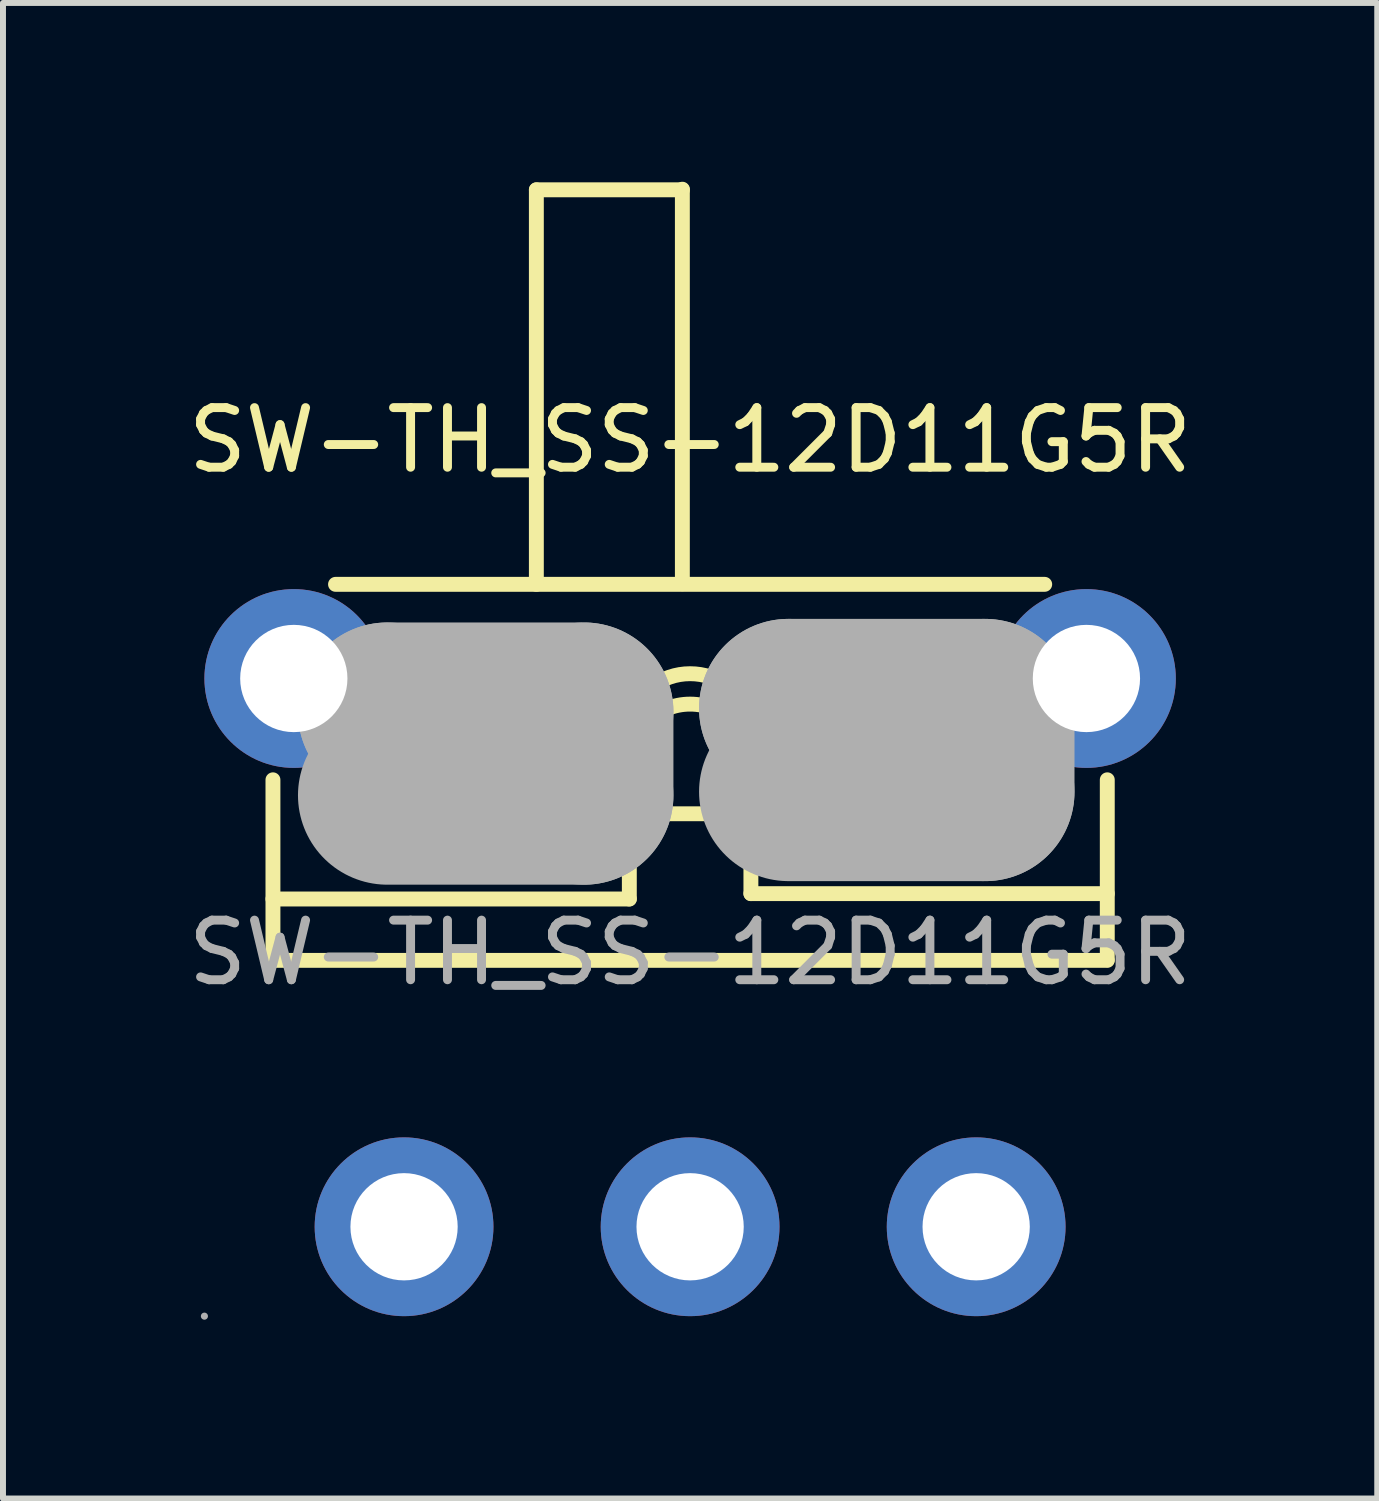
<source format=kicad_pcb>
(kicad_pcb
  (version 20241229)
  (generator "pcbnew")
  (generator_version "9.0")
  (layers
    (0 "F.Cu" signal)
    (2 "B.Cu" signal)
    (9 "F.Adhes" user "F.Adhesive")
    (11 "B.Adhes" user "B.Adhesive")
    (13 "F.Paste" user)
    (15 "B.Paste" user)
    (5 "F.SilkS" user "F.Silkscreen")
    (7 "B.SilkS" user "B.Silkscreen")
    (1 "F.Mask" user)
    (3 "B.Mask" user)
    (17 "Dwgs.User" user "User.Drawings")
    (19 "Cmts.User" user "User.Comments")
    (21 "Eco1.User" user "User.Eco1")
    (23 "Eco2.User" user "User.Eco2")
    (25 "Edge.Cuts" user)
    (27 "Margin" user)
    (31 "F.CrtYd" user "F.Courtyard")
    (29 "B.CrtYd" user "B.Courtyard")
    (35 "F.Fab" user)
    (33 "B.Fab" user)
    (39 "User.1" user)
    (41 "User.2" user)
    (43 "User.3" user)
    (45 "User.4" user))
  (footprint "SW-TH_SS-12D11G5R"
    (layer "F.Cu")
    (at 8.53 12.935)
    (property "Reference" "SW-TH_SS-12D11G5R" (at 0 -8.6 0) (layer "F.SilkS") (effects (font (size 1 1) (thickness 0.15))))
    (attr through_hole)
    (fp_line (start -7 -0.9) (end -1.02 -0.9) (stroke (width 0.25) (type solid)) (layer "F.SilkS"))
    (fp_line (start -7 0.13) (end -7 -2.9) (stroke (width 0.25) (type solid)) (layer "F.SilkS"))
    (fp_line (start -5.95 -6.18) (end 5.95 -6.18) (stroke (width 0.25) (type solid)) (layer "F.SilkS"))
    (fp_line (start -2.58 -12.8) (end -0.13 -12.8) (stroke (width 0.25) (type solid)) (layer "F.SilkS"))
    (fp_line (start -2.58 -6.18) (end -2.58 -12.8) (stroke (width 0.25) (type solid)) (layer "F.SilkS"))
    (fp_line (start -1.02 -3.91) (end -1.02 -3.91) (stroke (width 0.25) (type solid)) (layer "F.SilkS"))
    (fp_line (start -1.02 -2.92) (end -1.02 -3.91) (stroke (width 0.25) (type solid)) (layer "F.SilkS"))
    (fp_line (start -1.02 -2.33) (end 1.02 -2.33) (stroke (width 0.25) (type solid)) (layer "F.SilkS"))
    (fp_line (start -1.02 -0.9) (end -1.02 -3.15) (stroke (width 0.25) (type solid)) (layer "F.SilkS"))
    (fp_line (start -0.13 -6.19) (end -0.13 -12.81) (stroke (width 0.25) (type solid)) (layer "F.SilkS"))
    (fp_line (start 1.02 -3.15) (end 1.02 -0.99) (stroke (width 0.25) (type solid)) (layer "F.SilkS"))
    (fp_line (start 1.02 -2.92) (end 1.02 -3.91) (stroke (width 0.25) (type solid)) (layer "F.SilkS"))
    (fp_line (start 1.02 -0.99) (end 7 -0.99) (stroke (width 0.25) (type solid)) (layer "F.SilkS"))
    (fp_line (start 7 -2.9) (end 7 0.12) (stroke (width 0.25) (type solid)) (layer "F.SilkS"))
    (fp_line (start 7 0.13) (end -7 0.13) (stroke (width 0.25) (type solid)) (layer "F.SilkS"))
    (fp_arc (start -1.020818 -3.907108) (mid -0.001503 -4.680424) (end 1.02 -3.91) (stroke (width 0.25) (type solid)) (layer "F.SilkS"))
    (fp_arc (start -1.02 -3.15) (mid 0 -4.17) (end 1.02 -3.15) (stroke (width 0.25) (type solid)) (layer "F.SilkS"))
    (fp_line (start -5.08 -4.04) (end -5.08 -4.04) (stroke (width 3) (type solid)) (layer "F.Fab"))
    (fp_line (start -5.08 -4.04) (end -1.78 -4.04) (stroke (width 3) (type solid)) (layer "F.Fab"))
    (fp_line (start -1.78 -4.04) (end -1.78 -2.64) (stroke (width 3) (type solid)) (layer "F.Fab"))
    (fp_line (start -1.78 -2.64) (end -5.08 -2.64) (stroke (width 3) (type solid)) (layer "F.Fab"))
    (fp_line (start 1.65 -4.1) (end 1.65 -4.1) (stroke (width 3) (type solid)) (layer "F.Fab"))
    (fp_line (start 1.65 -4.1) (end 4.95 -4.1) (stroke (width 3) (type solid)) (layer "F.Fab"))
    (fp_line (start 4.95 -4.1) (end 4.95 -2.7) (stroke (width 3) (type solid)) (layer "F.Fab"))
    (fp_line (start 4.95 -2.7) (end 1.65 -2.7) (stroke (width 3) (type solid)) (layer "F.Fab"))
    (fp_circle (center -8.15 6.1) (end -8.12 6.1) (stroke (width 0.06) (type solid)) (fill no) (layer "F.Fab"))
    (fp_circle (center -6.65 -4.6) (end -6.25 -4.6) (stroke (width 0.8) (type solid)) (fill no) (layer "F.Fab"))
    (fp_circle (center -4.8 4.6) (end -4.4 4.6) (stroke (width 0.8) (type solid)) (fill no) (layer "F.Fab"))
    (fp_circle (center 0 4.6) (end 0.4 4.6) (stroke (width 0.8) (type solid)) (fill no) (layer "F.Fab"))
    (fp_circle (center 4.8 4.6) (end 5.2 4.6) (stroke (width 0.8) (type solid)) (fill no) (layer "F.Fab"))
    (fp_circle (center 6.65 -4.6) (end 7.05 -4.6) (stroke (width 0.8) (type solid)) (fill no) (layer "F.Fab"))
    (fp_text user "${REFERENCE}" (at 0 0 0) (layer "F.Fab") (effects (font (size 1 1) (thickness 0.15))))
    (pad "1" thru_hole circle (at -4.8 4.6) (size 3 3) (drill 1.8) (layers "*.Cu" "*.Mask"))
    (pad "2" thru_hole circle (at 0 4.6) (size 3 3) (drill 1.8) (layers "*.Cu" "*.Mask"))
    (pad "3" thru_hole circle (at 4.8 4.6) (size 3 3) (drill 1.8) (layers "*.Cu" "*.Mask"))
    (pad "4" thru_hole circle (at 6.65 -4.6) (size 3 3) (drill 1.8) (layers "*.Cu" "*.Mask"))
    (pad "5" thru_hole circle (at -6.65 -4.6) (size 3 3) (drill 1.8) (layers "*.Cu" "*.Mask")))
  (gr_rect
    (start -3 -3)
    (end 20.06 22.095)
    (stroke (width 0.1) (type default))
    (fill no)
    (layer "Edge.Cuts")))
</source>
